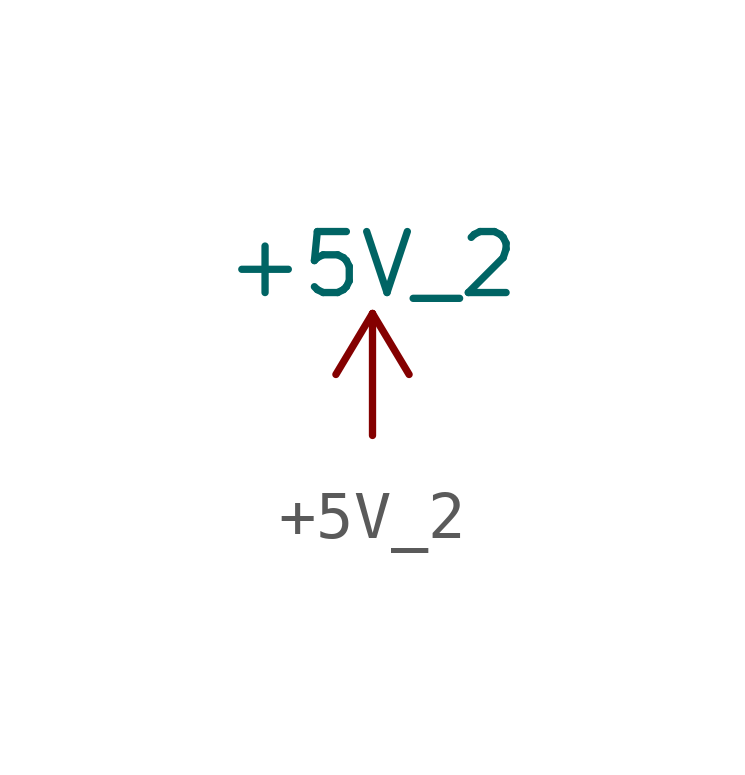
<source format=kicad_sym>
(kicad_symbol_lib
  (version 20231120)
  (generator "kicad_symbol_editor")
  (generator_version "8.0")
  (symbol "+5V_2"
    (power)
    (pin_names
      (offset 0))
    (property "Reference" "#PWR"
      (at 0 -3.81 0)
      (effects (font (size 1.27 1.27)) (hide yes)))
    (property "Value" "+5V_2"
      (at 0 3.556 0)
      (effects (font (size 1.27 1.27))))
    (symbol "+5V_2_0_1"
      (polyline (pts (xy -0.762 1.27) (xy 0 2.54)) (stroke (width 0) (type default)) (fill (type none)))
      (polyline (pts (xy 0 0) (xy 0 2.54)) (stroke (width 0) (type default)) (fill (type none)))
      (polyline (pts (xy 0 2.54) (xy 0.762 1.27)) (stroke (width 0) (type default)) (fill (type none))))
    (symbol "+5V_2_1_1"
      (pin power_in line (at 0 0 90) (length 0) hide (name "+5V_1" (effects (font (size 1.27 1.27)))) (number "1" (effects (font (size 1.27 1.27))))))))
</source>
